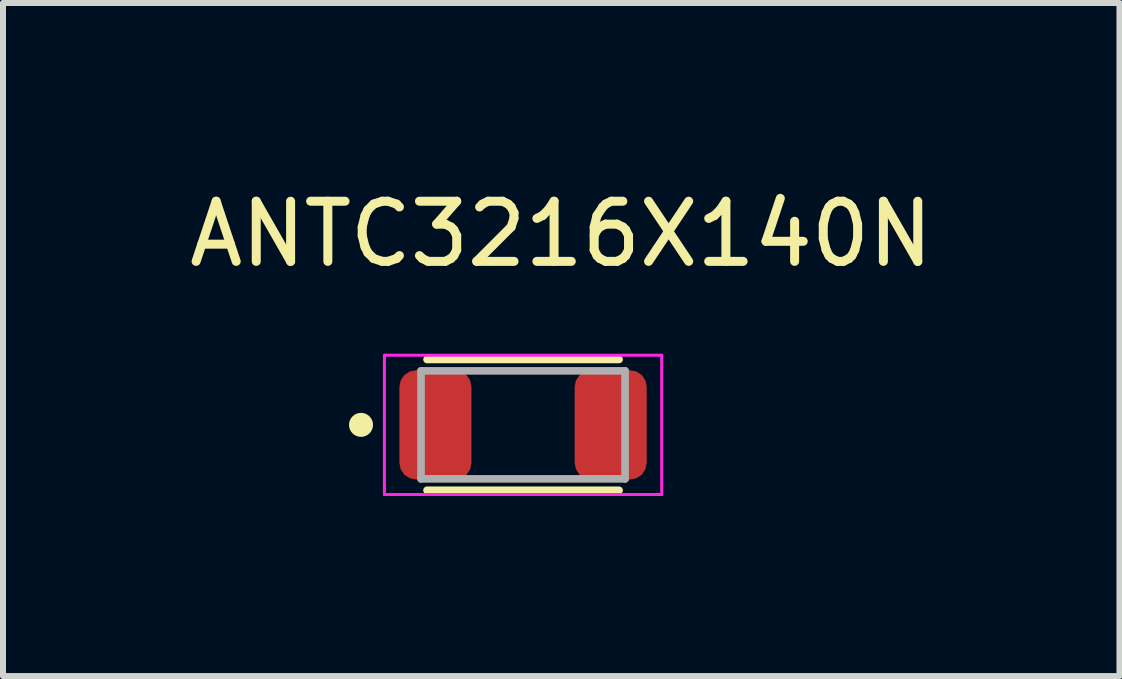
<source format=kicad_pcb>
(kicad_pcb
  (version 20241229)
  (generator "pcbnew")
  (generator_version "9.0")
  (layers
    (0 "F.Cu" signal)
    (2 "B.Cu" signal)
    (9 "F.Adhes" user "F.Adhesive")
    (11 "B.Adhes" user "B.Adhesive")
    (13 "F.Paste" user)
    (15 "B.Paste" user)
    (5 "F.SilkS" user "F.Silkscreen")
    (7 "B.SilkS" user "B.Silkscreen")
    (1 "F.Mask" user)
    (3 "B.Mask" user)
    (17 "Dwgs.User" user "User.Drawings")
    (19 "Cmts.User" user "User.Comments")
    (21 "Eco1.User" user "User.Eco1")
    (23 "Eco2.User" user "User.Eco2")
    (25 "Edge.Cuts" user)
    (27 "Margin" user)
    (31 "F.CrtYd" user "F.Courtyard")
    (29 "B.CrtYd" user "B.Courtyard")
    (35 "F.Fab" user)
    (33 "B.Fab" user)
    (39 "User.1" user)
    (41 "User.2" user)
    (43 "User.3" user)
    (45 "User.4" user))
  (footprint "ANTC3216X140N"
    (layer "F.Cu")
    (at 5.665 4.029)
    (property "Reference" "ANTC3216X140N" (at 0.636 -3.18 0) (layer "F.SilkS") (effects (font (size 1.002 1.002) (thickness 0.15))))
    (attr through_hole)
    (fp_line (start -1.6 -1.09) (end 1.6 -1.09) (stroke (width 0.127) (type solid)) (layer "F.SilkS"))
    (fp_line (start -1.6 1.09) (end 1.6 1.09) (stroke (width 0.127) (type solid)) (layer "F.SilkS"))
    (fp_circle (center -2.7 0) (end -2.6 0) (stroke (width 0.2) (type solid)) (fill no) (layer "F.SilkS"))
    (fp_line (start -2.31 -1.16) (end 2.31 -1.16) (stroke (width 0.05) (type solid)) (layer "F.CrtYd"))
    (fp_line (start -2.31 1.16) (end -2.31 -1.16) (stroke (width 0.05) (type solid)) (layer "F.CrtYd"))
    (fp_line (start 2.31 -1.16) (end 2.31 1.16) (stroke (width 0.05) (type solid)) (layer "F.CrtYd"))
    (fp_line (start 2.31 1.16) (end -2.31 1.16) (stroke (width 0.05) (type solid)) (layer "F.CrtYd"))
    (fp_line (start -1.7 -0.9) (end 1.7 -0.9) (stroke (width 0.127) (type solid)) (layer "F.Fab"))
    (fp_line (start -1.7 0.9) (end -1.7 -0.9) (stroke (width 0.127) (type solid)) (layer "F.Fab"))
    (fp_line (start 1.7 -0.9) (end 1.7 0.9) (stroke (width 0.127) (type solid)) (layer "F.Fab"))
    (fp_line (start 1.7 0.9) (end -1.7 0.9) (stroke (width 0.127) (type solid)) (layer "F.Fab"))
    (pad "1" smd roundrect (at -1.46 0 180) (size 1.2 1.82) (layers "F.Cu" "F.Mask" "F.Paste") (roundrect_rratio 0.23))
    (pad "2" smd roundrect (at 1.46 0 180) (size 1.2 1.82) (layers "F.Cu" "F.Mask" "F.Paste") (roundrect_rratio 0.23)))
  (gr_rect
    (start -3 -3)
    (end 15.602 8.214)
    (stroke (width 0.1) (type default))
    (fill no)
    (layer "Edge.Cuts")))
</source>
